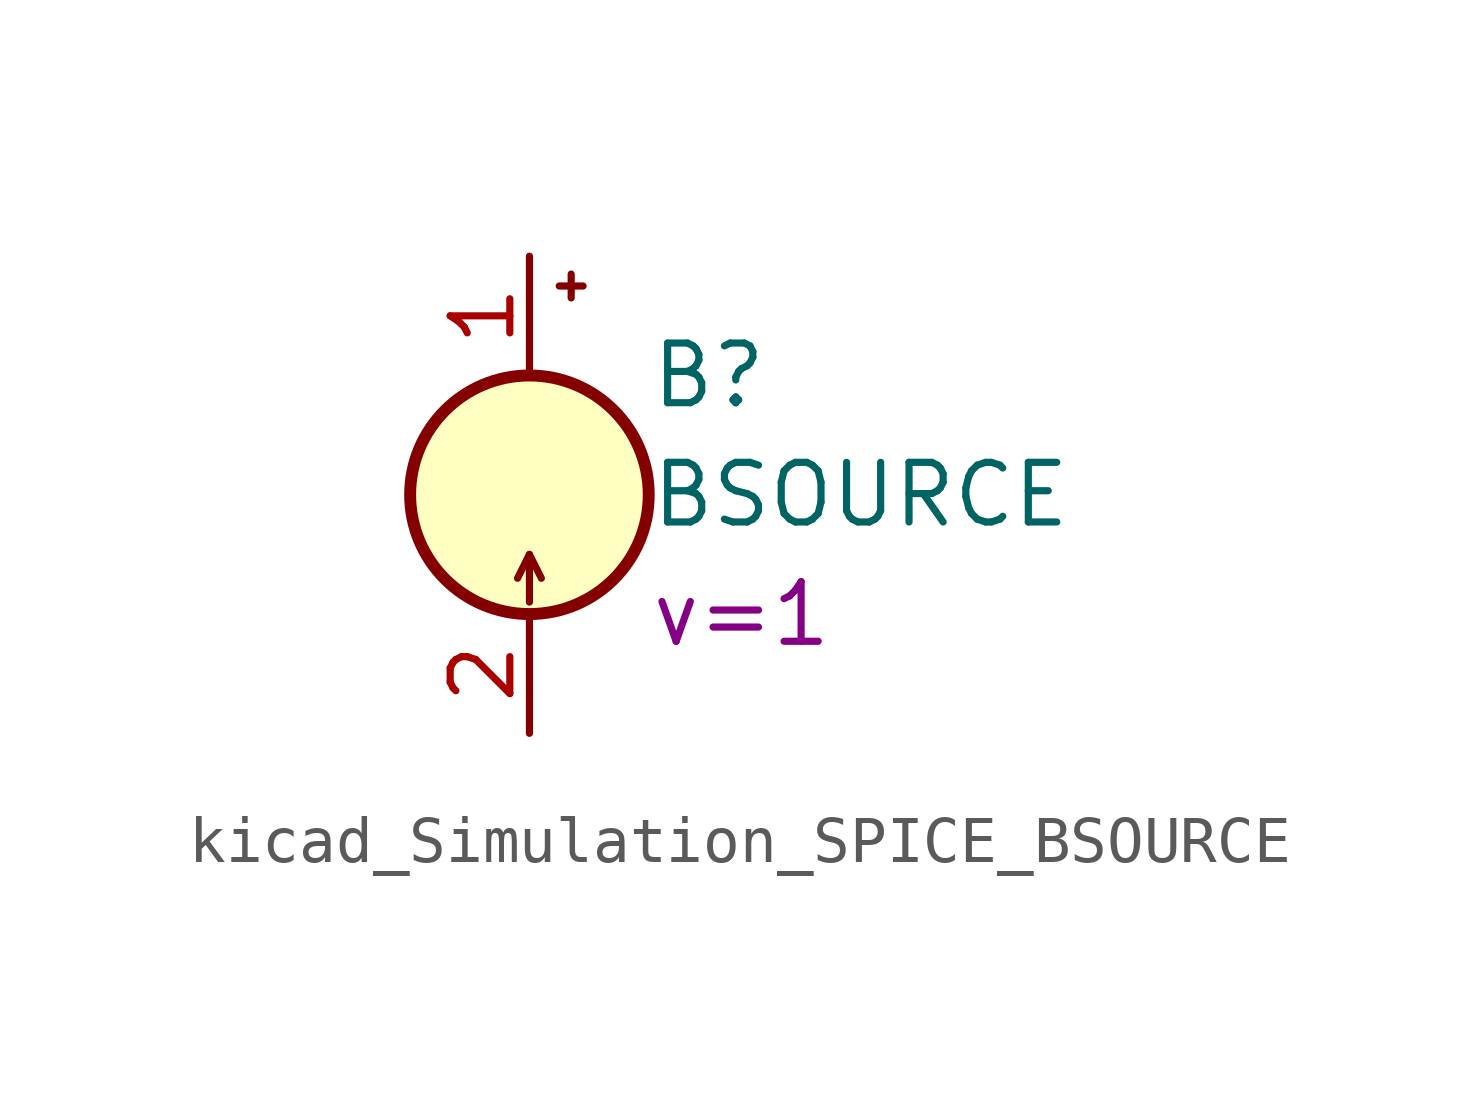
<source format=kicad_sym>
(kicad_symbol_lib
  (version 20220914)
  (generator kicad_symbol_editor)
  (symbol "kicad_Simulation_SPICE_BSOURCE"
    (pin_names
      (offset 1.016) hide)
    (property "Reference" "B"
      (at 2.54 2.54 0)
      (effects (font (size 1.27 1.27)) (justify left)))
    (property "Value" "BSOURCE"
      (at 2.54 0 0)
      (effects (font (size 1.27 1.27)) (justify left)))
    (property "Sim.Params" "v=1"
      (at 2.54 -2.54 0)
      (effects (font (size 1.27 1.27)) (justify left)))
    (symbol "kicad_Simulation_SPICE_BSOURCE_0_1"
      (polyline (pts (xy 0 -1.27) (xy 0 -2.286)) (stroke (width 0) (type default)) (fill (type none)))
      (polyline (pts (xy 0.254 -1.778) (xy 0 -1.27) (xy -0.254 -1.778)) (stroke (width 0) (type default)) (fill (type none)))
      (circle (center 0 0) (radius 2.54) (stroke (width 0.254) (type default)) (fill (type background))))
    (symbol "kicad_Simulation_SPICE_BSOURCE_1_1"
      (polyline (pts (xy 0.635 4.445) (xy 1.143 4.445)) (stroke (width 0) (type default)) (fill (type none)))
      (polyline (pts (xy 0.889 4.699) (xy 0.889 4.191)) (stroke (width 0) (type default)) (fill (type none)))
      (pin passive line (at 0 5.08 270) (length 2.54) (name "N+" (effects (font (size 1.27 1.27)))) (number "1" (effects (font (size 1.27 1.27)))))
      (pin passive line (at 0 -5.08 90) (length 2.54) (name "N-" (effects (font (size 1.27 1.27)))) (number "2" (effects (font (size 1.27 1.27))))))))
</source>
